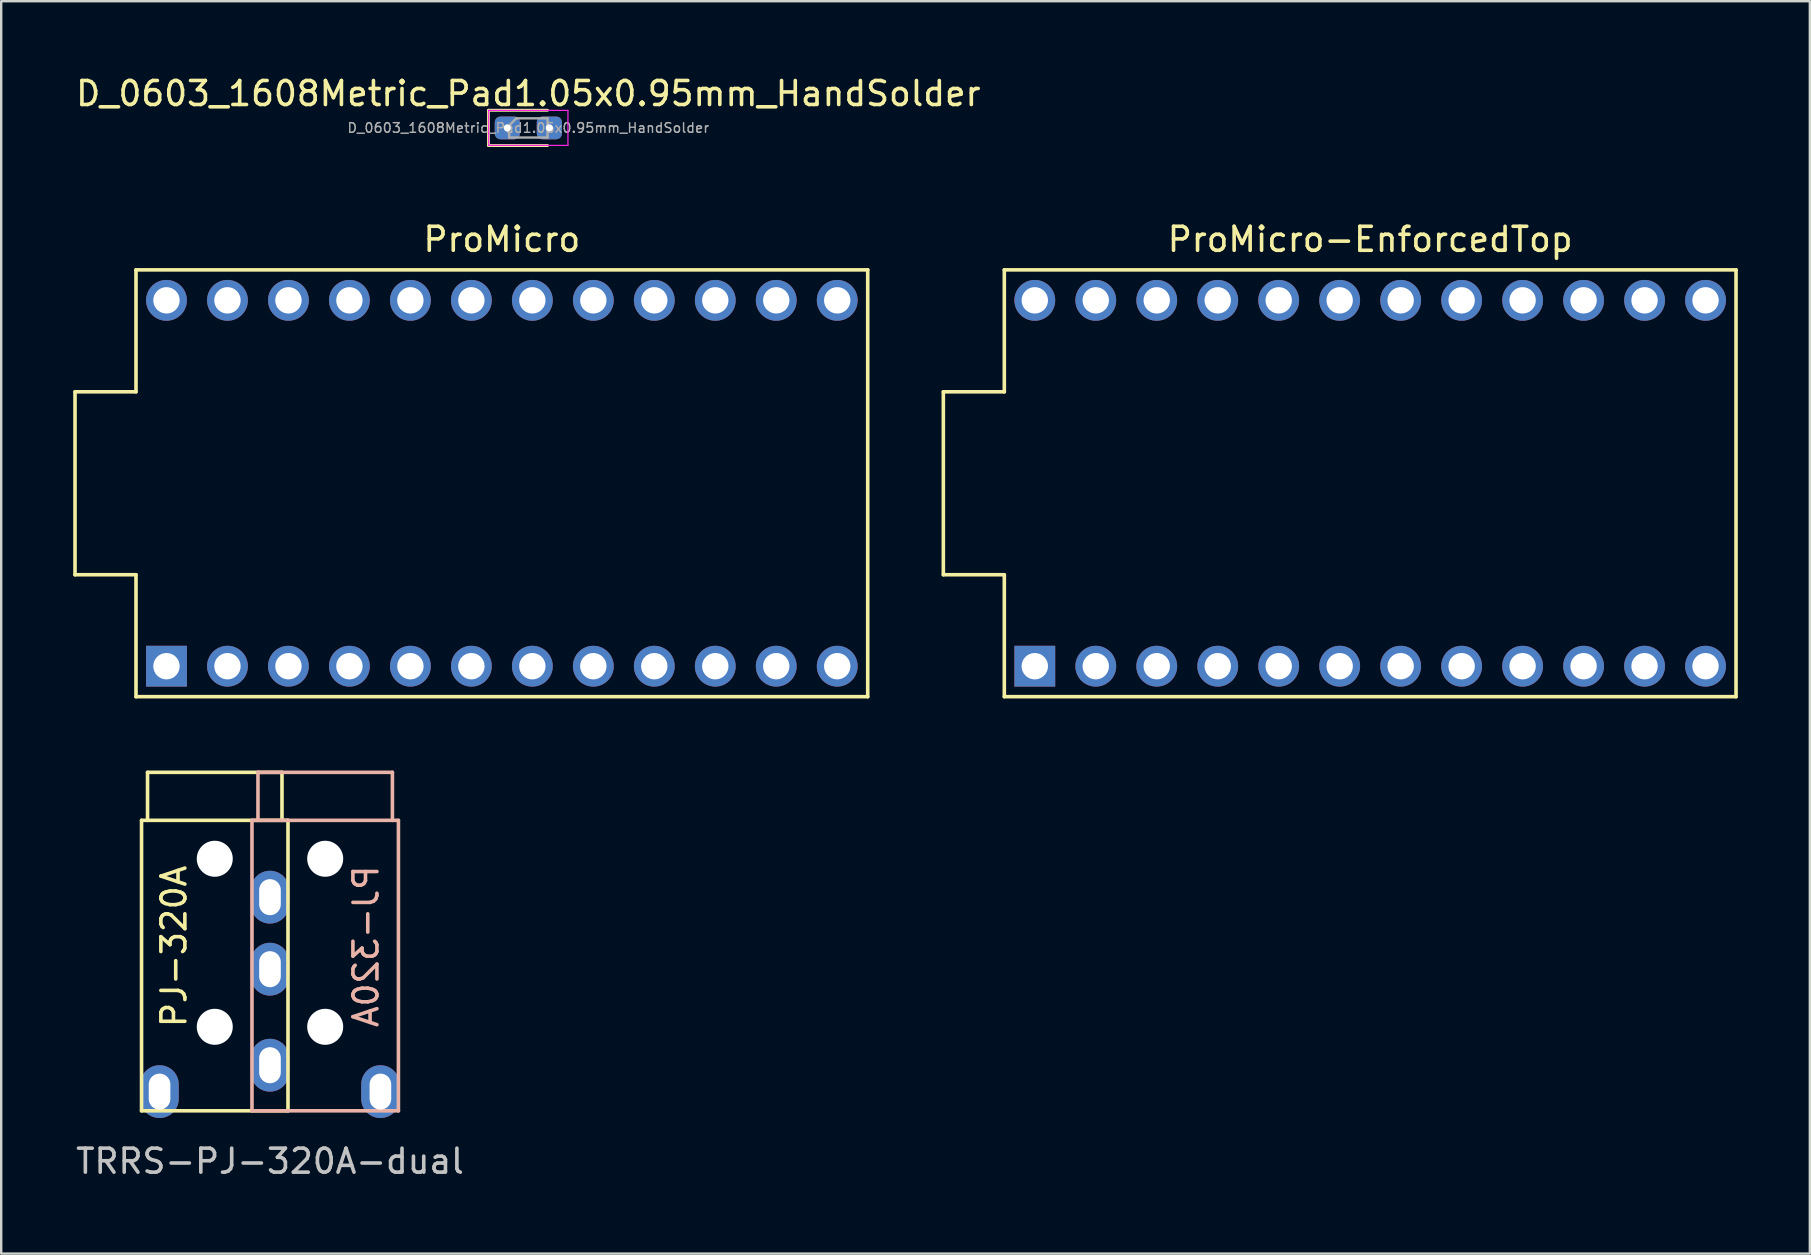
<source format=kicad_pcb>
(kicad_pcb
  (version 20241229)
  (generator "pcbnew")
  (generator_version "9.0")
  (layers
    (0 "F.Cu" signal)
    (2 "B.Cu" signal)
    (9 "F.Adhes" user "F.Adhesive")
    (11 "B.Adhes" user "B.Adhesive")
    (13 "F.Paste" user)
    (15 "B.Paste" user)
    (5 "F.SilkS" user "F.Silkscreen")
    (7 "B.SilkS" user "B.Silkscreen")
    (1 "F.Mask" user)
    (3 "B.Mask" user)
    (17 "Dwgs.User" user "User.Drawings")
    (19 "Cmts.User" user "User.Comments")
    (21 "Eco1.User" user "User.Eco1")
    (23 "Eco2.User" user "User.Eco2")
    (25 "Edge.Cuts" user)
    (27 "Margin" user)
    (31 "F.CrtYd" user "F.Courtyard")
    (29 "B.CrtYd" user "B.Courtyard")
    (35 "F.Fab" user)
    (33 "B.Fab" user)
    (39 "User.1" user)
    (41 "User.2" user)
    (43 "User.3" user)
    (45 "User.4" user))
  (footprint "ProMicro"
    (layer "F.Cu")
    (at 17.855 17.081)
    (property "Reference" "ProMicro" (at 0 -10.16 0) (layer "F.SilkS") (effects (font (size 1 1) (thickness 0.15))))
    (attr through_hole)
    (fp_line (start -17.78 -3.81) (end -15.24 -3.81) (stroke (width 0.15) (type solid)) (layer "F.SilkS"))
    (fp_line (start -17.78 3.81) (end -17.78 -3.81) (stroke (width 0.15) (type solid)) (layer "F.SilkS"))
    (fp_line (start -15.24 -8.89) (end 15.24 -8.89) (stroke (width 0.15) (type solid)) (layer "F.SilkS"))
    (fp_line (start -15.24 -3.81) (end -15.24 -8.89) (stroke (width 0.15) (type solid)) (layer "F.SilkS"))
    (fp_line (start -15.24 3.81) (end -17.78 3.81) (stroke (width 0.15) (type solid)) (layer "F.SilkS"))
    (fp_line (start -15.24 8.89) (end -15.24 3.81) (stroke (width 0.15) (type solid)) (layer "F.SilkS"))
    (fp_line (start -15.24 8.89) (end 15.24 8.89) (stroke (width 0.15) (type solid)) (layer "F.SilkS"))
    (fp_line (start 15.24 -8.89) (end 15.24 8.89) (stroke (width 0.15) (type solid)) (layer "F.SilkS"))
    (pad "1" thru_hole rect (at -13.97 7.62) (size 1.7 1.7) (drill 1.1) (layers "*.Cu" "*.Mask"))
    (pad "2" thru_hole circle (at -11.43 7.62) (size 1.7 1.7) (drill 1.1) (layers "*.Cu" "*.Mask"))
    (pad "3" thru_hole circle (at -8.89 7.62) (size 1.7 1.7) (drill 1.1) (layers "*.Cu" "*.Mask"))
    (pad "4" thru_hole circle (at -6.35 7.62) (size 1.7 1.7) (drill 1.1) (layers "*.Cu" "*.Mask"))
    (pad "5" thru_hole circle (at -3.81 7.62) (size 1.7 1.7) (drill 1.1) (layers "*.Cu" "*.Mask"))
    (pad "6" thru_hole circle (at -1.27 7.62) (size 1.7 1.7) (drill 1.1) (layers "*.Cu" "*.Mask"))
    (pad "7" thru_hole circle (at 1.27 7.62) (size 1.7 1.7) (drill 1.1) (layers "*.Cu" "*.Mask"))
    (pad "8" thru_hole circle (at 3.81 7.62) (size 1.7 1.7) (drill 1.1) (layers "*.Cu" "*.Mask"))
    (pad "9" thru_hole circle (at 6.35 7.62) (size 1.7 1.7) (drill 1.1) (layers "*.Cu" "*.Mask"))
    (pad "10" thru_hole circle (at 8.89 7.62) (size 1.7 1.7) (drill 1.1) (layers "*.Cu" "*.Mask"))
    (pad "11" thru_hole circle (at 11.43 7.62) (size 1.7 1.7) (drill 1.1) (layers "*.Cu" "*.Mask"))
    (pad "12" thru_hole circle (at 13.97 7.62) (size 1.7 1.7) (drill 1.1) (layers "*.Cu" "*.Mask"))
    (pad "13" thru_hole circle (at 13.97 -7.62) (size 1.7 1.7) (drill 1.1) (layers "*.Cu" "*.Mask"))
    (pad "14" thru_hole circle (at 11.43 -7.62) (size 1.7 1.7) (drill 1.1) (layers "*.Cu" "*.Mask"))
    (pad "15" thru_hole circle (at 8.89 -7.62) (size 1.7 1.7) (drill 1.1) (layers "*.Cu" "*.Mask"))
    (pad "16" thru_hole circle (at 6.35 -7.62) (size 1.7 1.7) (drill 1.1) (layers "*.Cu" "*.Mask"))
    (pad "17" thru_hole circle (at 3.81 -7.62) (size 1.7 1.7) (drill 1.1) (layers "*.Cu" "*.Mask"))
    (pad "18" thru_hole circle (at 1.27 -7.62) (size 1.7 1.7) (drill 1.1) (layers "*.Cu" "*.Mask"))
    (pad "19" thru_hole circle (at -1.27 -7.62) (size 1.7 1.7) (drill 1.1) (layers "*.Cu" "*.Mask"))
    (pad "20" thru_hole circle (at -3.81 -7.62) (size 1.7 1.7) (drill 1.1) (layers "*.Cu" "*.Mask"))
    (pad "21" thru_hole circle (at -6.35 -7.62) (size 1.7 1.7) (drill 1.1) (layers "*.Cu" "*.Mask"))
    (pad "22" thru_hole circle (at -8.89 -7.62) (size 1.7 1.7) (drill 1.1) (layers "*.Cu" "*.Mask"))
    (pad "23" thru_hole circle (at -11.43 -7.62) (size 1.7 1.7) (drill 1.1) (layers "*.Cu" "*.Mask"))
    (pad "24" thru_hole circle (at -13.97 -7.62) (size 1.7 1.7) (drill 1.1) (layers "*.Cu" "*.Mask")))
  (footprint "D_0603_1608Metric_Pad1.05x0.95mm_HandSolder"
    (layer "F.Cu")
    (at 18.958 2.278)
    (property "Reference" "D_0603_1608Metric_Pad1.05x0.95mm_HandSolder" (at 0 -1.43 0) (layer "F.SilkS") (effects (font (size 1 1) (thickness 0.15))))
    (attr smd)
    (fp_line (start -1.66 -0.735) (end -1.66 0.735) (stroke (width 0.12) (type solid)) (layer "F.SilkS"))
    (fp_line (start -1.66 0.735) (end 0.8 0.735) (stroke (width 0.12) (type solid)) (layer "F.SilkS"))
    (fp_line (start 0.8 -0.735) (end -1.66 -0.735) (stroke (width 0.12) (type solid)) (layer "F.SilkS"))
    (fp_line (start -1.65 -0.73) (end 1.65 -0.73) (stroke (width 0.05) (type solid)) (layer "F.CrtYd"))
    (fp_line (start -1.65 0.73) (end -1.65 -0.73) (stroke (width 0.05) (type solid)) (layer "F.CrtYd"))
    (fp_line (start 1.65 -0.73) (end 1.65 0.73) (stroke (width 0.05) (type solid)) (layer "F.CrtYd"))
    (fp_line (start 1.65 0.73) (end -1.65 0.73) (stroke (width 0.05) (type solid)) (layer "F.CrtYd"))
    (fp_line (start -0.8 -0.1) (end -0.8 0.4) (stroke (width 0.1) (type solid)) (layer "F.Fab"))
    (fp_line (start -0.8 0.4) (end 0.8 0.4) (stroke (width 0.1) (type solid)) (layer "F.Fab"))
    (fp_line (start -0.5 -0.4) (end -0.8 -0.1) (stroke (width 0.1) (type solid)) (layer "F.Fab"))
    (fp_line (start 0.8 -0.4) (end -0.5 -0.4) (stroke (width 0.1) (type solid)) (layer "F.Fab"))
    (fp_line (start 0.8 0.4) (end 0.8 -0.4) (stroke (width 0.1) (type solid)) (layer "F.Fab"))
    (fp_text user "${REFERENCE}" (at 0 0 0) (layer "F.Fab") (effects (font (size 0.4 0.4) (thickness 0.06))))
    (pad "1" thru_hole roundrect (at -0.875 0) (size 1.05 0.95) (drill 0.3) (layers "*.Cu" "*.Mask") (roundrect_rratio 0.25))
    (pad "2" thru_hole roundrect (at 0.875 0) (size 1.05 0.95) (drill 0.3) (layers "*.Cu" "*.Mask") (roundrect_rratio 0.25)))
  (footprint "ProMicro-EnforcedTop"
    (layer "F.Cu")
    (at 54.025 17.081)
    (property "Reference" "ProMicro-EnforcedTop" (at 0 -10.16 0) (layer "F.SilkS") (effects (font (size 1 1) (thickness 0.15))))
    (attr through_hole)
    (fp_line (start -17.78 -3.81) (end -15.24 -3.81) (stroke (width 0.15) (type solid)) (layer "F.SilkS"))
    (fp_line (start -17.78 3.81) (end -17.78 -3.81) (stroke (width 0.15) (type solid)) (layer "F.SilkS"))
    (fp_line (start -15.24 -8.89) (end 15.24 -8.89) (stroke (width 0.15) (type solid)) (layer "F.SilkS"))
    (fp_line (start -15.24 -3.81) (end -15.24 -8.89) (stroke (width 0.15) (type solid)) (layer "F.SilkS"))
    (fp_line (start -15.24 3.81) (end -17.78 3.81) (stroke (width 0.15) (type solid)) (layer "F.SilkS"))
    (fp_line (start -15.24 8.89) (end -15.24 3.81) (stroke (width 0.15) (type solid)) (layer "F.SilkS"))
    (fp_line (start -15.24 8.89) (end 15.24 8.89) (stroke (width 0.15) (type solid)) (layer "F.SilkS"))
    (fp_line (start 15.24 -8.89) (end 15.24 8.89) (stroke (width 0.15) (type solid)) (layer "F.SilkS"))
    (pad "1" thru_hole rect (at -13.97 7.62) (size 1.7 1.7) (drill 1.1) (layers "*.Cu" "*.Mask"))
    (pad "2" thru_hole circle (at -11.43 7.62) (size 1.7 1.7) (drill 1.1) (layers "*.Cu" "*.Mask"))
    (pad "3" thru_hole circle (at -8.89 7.62) (size 1.7 1.7) (drill 1.1) (layers "*.Cu" "*.Mask"))
    (pad "4" thru_hole circle (at -6.35 7.62) (size 1.7 1.7) (drill 1.1) (layers "*.Cu" "*.Mask"))
    (pad "5" thru_hole circle (at -3.81 7.62) (size 1.7 1.7) (drill 1.1) (layers "*.Cu" "*.Mask"))
    (pad "6" thru_hole circle (at -1.27 7.62) (size 1.7 1.7) (drill 1.1) (layers "*.Cu" "*.Mask"))
    (pad "7" thru_hole circle (at 1.27 7.62) (size 1.7 1.7) (drill 1.1) (layers "*.Cu" "*.Mask"))
    (pad "8" thru_hole circle (at 3.81 7.62) (size 1.7 1.7) (drill 1.1) (layers "*.Cu" "*.Mask"))
    (pad "9" thru_hole circle (at 6.35 7.62) (size 1.7 1.7) (drill 1.1) (layers "*.Cu" "*.Mask"))
    (pad "10" thru_hole circle (at 8.89 7.62) (size 1.7 1.7) (drill 1.1) (layers "*.Cu" "*.Mask"))
    (pad "11" thru_hole circle (at 11.43 7.62) (size 1.7 1.7) (drill 1.1) (layers "*.Cu" "*.Mask"))
    (pad "12" thru_hole circle (at 13.97 7.62) (size 1.7 1.7) (drill 1.1) (layers "*.Cu" "*.Mask"))
    (pad "13" thru_hole circle (at 13.97 -7.62) (size 1.7 1.7) (drill 1.1) (layers "*.Cu" "*.Mask"))
    (pad "14" thru_hole circle (at 11.43 -7.62) (size 1.7 1.7) (drill 1.1) (layers "*.Cu" "*.Mask"))
    (pad "15" thru_hole circle (at 8.89 -7.62) (size 1.7 1.7) (drill 1.1) (layers "*.Cu" "*.Mask"))
    (pad "16" thru_hole circle (at 6.35 -7.62) (size 1.7 1.7) (drill 1.1) (layers "*.Cu" "*.Mask"))
    (pad "17" thru_hole circle (at 3.81 -7.62) (size 1.7 1.7) (drill 1.1) (layers "*.Cu" "*.Mask"))
    (pad "18" thru_hole circle (at 1.27 -7.62) (size 1.7 1.7) (drill 1.1) (layers "*.Cu" "*.Mask"))
    (pad "19" thru_hole circle (at -1.27 -7.62) (size 1.7 1.7) (drill 1.1) (layers "*.Cu" "*.Mask"))
    (pad "20" thru_hole circle (at -3.81 -7.62) (size 1.7 1.7) (drill 1.1) (layers "*.Cu" "*.Mask"))
    (pad "21" thru_hole circle (at -6.35 -7.62) (size 1.7 1.7) (drill 1.1) (layers "*.Cu" "*.Mask"))
    (pad "22" thru_hole circle (at -8.89 -7.62) (size 1.7 1.7) (drill 1.1) (layers "*.Cu" "*.Mask"))
    (pad "23" thru_hole circle (at -11.43 -7.62) (size 1.7 1.7) (drill 1.1) (layers "*.Cu" "*.Mask"))
    (pad "24" thru_hole circle (at -13.97 -7.62) (size 1.7 1.7) (drill 1.1) (layers "*.Cu" "*.Mask")))
  (footprint "TRRS-PJ-320A-dual"
    (layer "F.Cu")
    (at 8.196 31.122)
    (property "Reference" "TRRS-PJ-320A-dual" (at 0 14.2 0) (layer "Dwgs.User") (effects (font (size 1 1) (thickness 0.15))))
    (attr through_hole)
    (fp_line (start -5.35 0) (end -5.35 12.1) (stroke (width 0.15) (type solid)) (layer "F.SilkS"))
    (fp_line (start -5.1 0) (end -5.1 -2) (stroke (width 0.15) (type solid)) (layer "F.SilkS"))
    (fp_line (start 0.5 -2) (end -5.1 -2) (stroke (width 0.15) (type solid)) (layer "F.SilkS"))
    (fp_line (start 0.5 0) (end 0.5 -2) (stroke (width 0.15) (type solid)) (layer "F.SilkS"))
    (fp_line (start 0.75 0) (end -5.35 0) (stroke (width 0.15) (type solid)) (layer "F.SilkS"))
    (fp_line (start 0.75 0) (end 0.75 12.1) (stroke (width 0.15) (type solid)) (layer "F.SilkS"))
    (fp_line (start 0.75 12.1) (end -5.35 12.1) (stroke (width 0.15) (type solid)) (layer "F.SilkS"))
    (fp_line (start -0.75 0) (end -0.75 12.1) (stroke (width 0.15) (type solid)) (layer "B.SilkS"))
    (fp_line (start -0.75 0) (end 5.35 0) (stroke (width 0.15) (type solid)) (layer "B.SilkS"))
    (fp_line (start -0.75 12.1) (end 5.35 12.1) (stroke (width 0.15) (type solid)) (layer "B.SilkS"))
    (fp_line (start -0.5 -2) (end 5.1 -2) (stroke (width 0.15) (type solid)) (layer "B.SilkS"))
    (fp_line (start -0.5 0) (end -0.5 -2) (stroke (width 0.15) (type solid)) (layer "B.SilkS"))
    (fp_line (start 5.1 0) (end 5.1 -2) (stroke (width 0.15) (type solid)) (layer "B.SilkS"))
    (fp_line (start 5.35 0) (end 5.35 12.1) (stroke (width 0.15) (type solid)) (layer "B.SilkS"))
    (fp_text user "PJ-320A" (at -4 5.25 90) (layer "F.SilkS") (effects (font (size 1 1) (thickness 0.15))))
    (fp_text user "PJ-320A" (at 4 5.25 270) (layer "B.SilkS") (effects (font (size 1 1) (thickness 0.15)) (justify mirror)))
    (pad "" np_thru_hole circle (at -2.3 1.6) (size 1.5 1.5) (drill 1.5) (layers "*.Cu" "*.Mask"))
    (pad "" np_thru_hole circle (at -2.3 8.6) (size 1.5 1.5) (drill 1.5) (layers "*.Cu" "*.Mask"))
    (pad "" np_thru_hole circle (at 2.3 1.6) (size 1.5 1.5) (drill 1.5) (layers "*.Cu" "*.Mask"))
    (pad "" np_thru_hole circle (at 2.3 8.6) (size 1.5 1.5) (drill 1.5) (layers "*.Cu" "*.Mask"))
    (pad "R1" thru_hole oval (at 0 10.2) (size 1.6 2.2) (drill oval 0.9 1.5) (layers "*.Cu" "*.Mask"))
    (pad "R2" thru_hole oval (at 0 6.2) (size 1.6 2.2) (drill oval 0.9 1.5) (layers "*.Cu" "*.Mask"))
    (pad "S" thru_hole oval (at 0 3.2) (size 1.6 2.2) (drill oval 0.9 1.5) (layers "*.Cu" "*.Mask"))
    (pad "T" thru_hole oval (at -4.6 11.3) (size 1.6 2.2) (drill oval 0.9 1.5) (layers "*.Cu" "*.Mask"))
    (pad "T" thru_hole oval (at 4.6 11.3) (size 1.6 2.2) (drill oval 0.9 1.5) (layers "*.Cu" "*.Mask")))
  (gr_rect
    (start -3 -3)
    (end 72.34 49.17)
    (stroke (width 0.1) (type default))
    (fill no)
    (layer "Edge.Cuts")))
</source>
